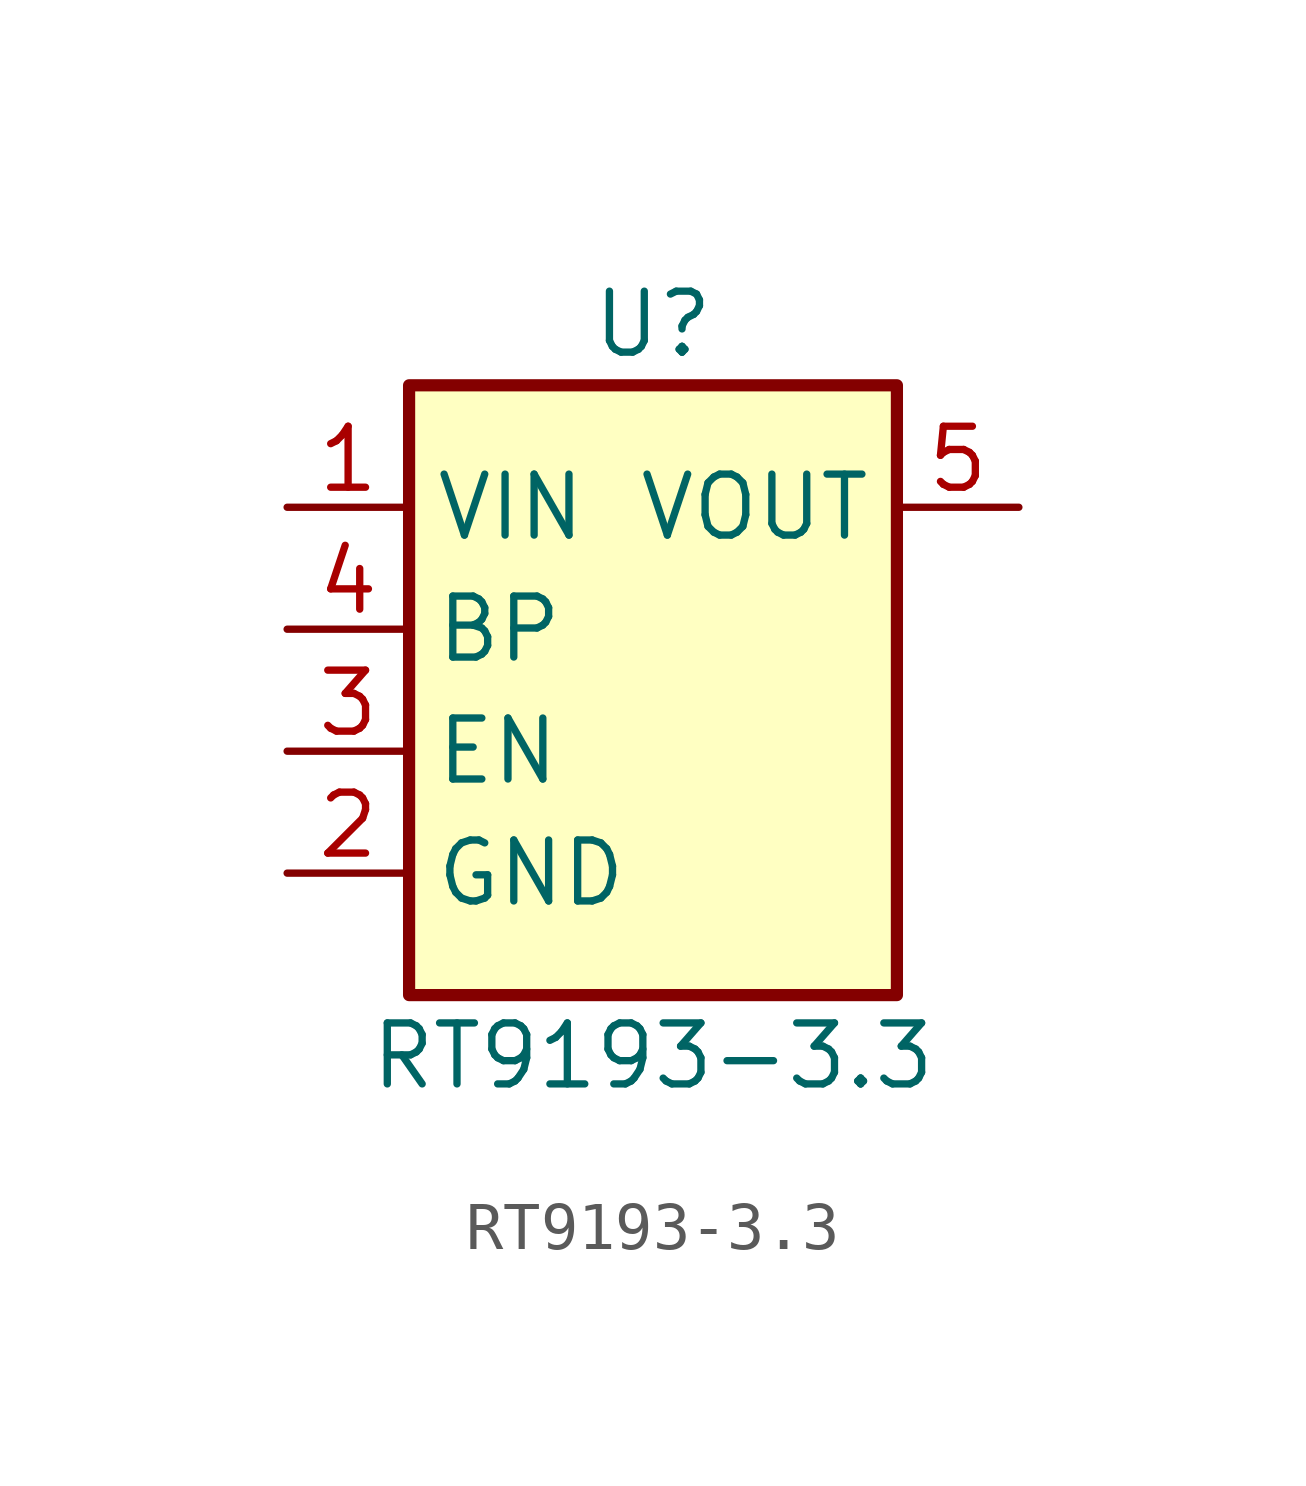
<source format=kicad_sym>
(kicad_symbol_lib
  (version 20211014)
  (generator kicad_symbol_editor)
  (symbol "RT9193-3.3"
    (property "Reference" "U"
      (at 0 7.62 0)
      (effects (font (size 1.27 1.27))))
    (property "Value" "RT9193-3.3"
      (at 0 -7.62 0)
      (effects (font (size 1.27 1.27))))
    (symbol "RT9193-3.3_0_1"
      (rectangle (start -5.08 6.35) (end 5.08 -6.35) (stroke (width 0.254) (type default) (color 0 0 0 0)) (fill (type background))))
    (symbol "RT9193-3.3_1_1"
      (pin input line (at -7.62 3.81 0) (length 2.54) (name "VIN" (effects (font (size 1.27 1.27)))) (number "1" (effects (font (size 1.27 1.27)))))
      (pin passive line (at -7.62 -3.81 0) (length 2.54) (name "GND" (effects (font (size 1.27 1.27)))) (number "2" (effects (font (size 1.27 1.27)))))
      (pin input line (at -7.62 -1.27 0) (length 2.54) (name "EN" (effects (font (size 1.27 1.27)))) (number "3" (effects (font (size 1.27 1.27)))))
      (pin passive line (at -7.62 1.27 0) (length 2.54) (name "BP" (effects (font (size 1.27 1.27)))) (number "4" (effects (font (size 1.27 1.27)))))
      (pin power_out line (at 7.62 3.81 180) (length 2.54) (name "VOUT" (effects (font (size 1.27 1.27)))) (number "5" (effects (font (size 1.27 1.27))))))))
</source>
